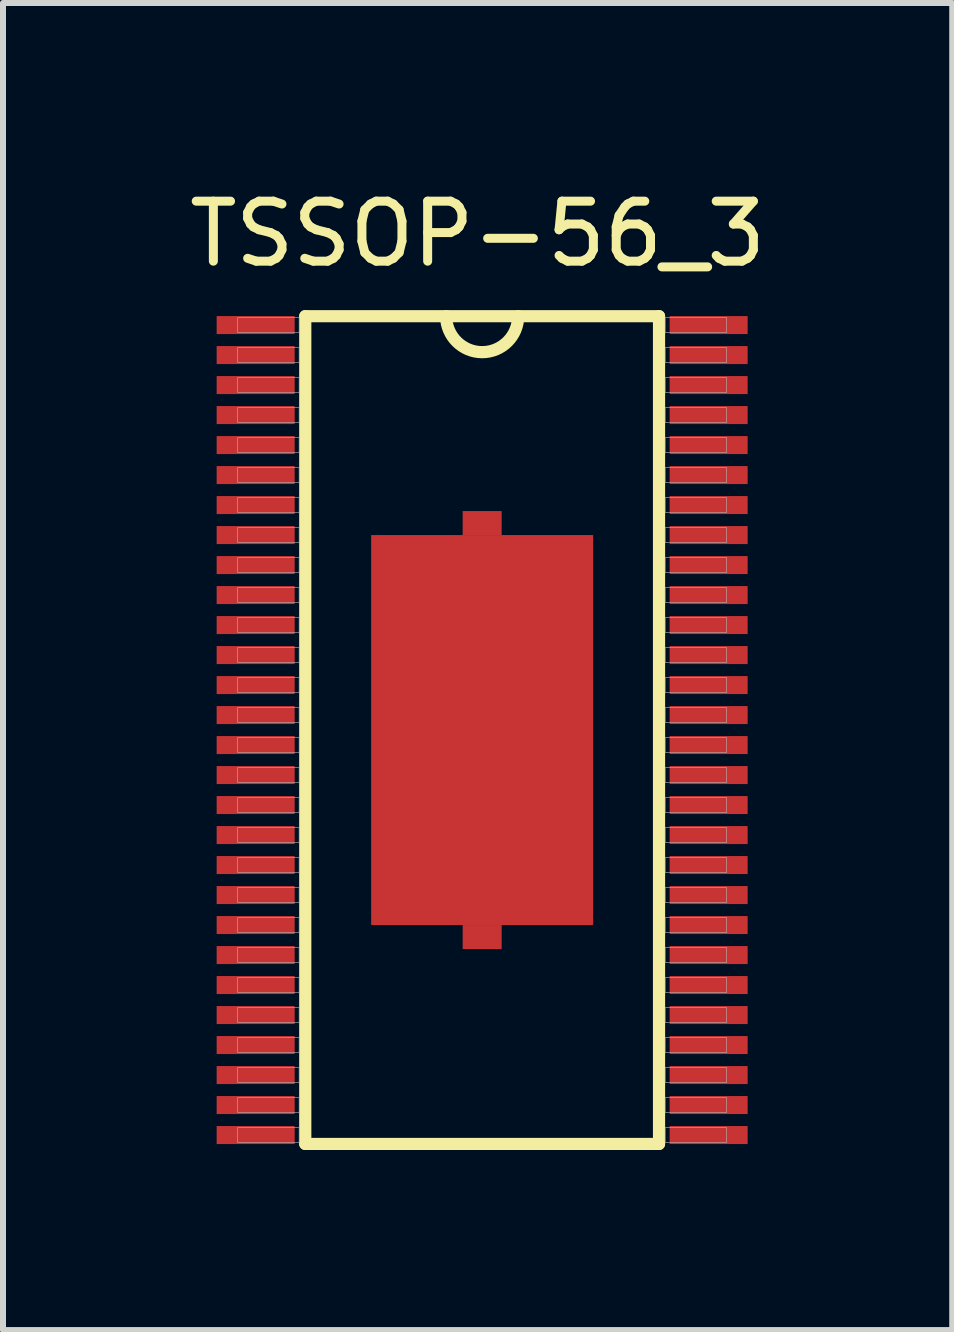
<source format=kicad_pcb>
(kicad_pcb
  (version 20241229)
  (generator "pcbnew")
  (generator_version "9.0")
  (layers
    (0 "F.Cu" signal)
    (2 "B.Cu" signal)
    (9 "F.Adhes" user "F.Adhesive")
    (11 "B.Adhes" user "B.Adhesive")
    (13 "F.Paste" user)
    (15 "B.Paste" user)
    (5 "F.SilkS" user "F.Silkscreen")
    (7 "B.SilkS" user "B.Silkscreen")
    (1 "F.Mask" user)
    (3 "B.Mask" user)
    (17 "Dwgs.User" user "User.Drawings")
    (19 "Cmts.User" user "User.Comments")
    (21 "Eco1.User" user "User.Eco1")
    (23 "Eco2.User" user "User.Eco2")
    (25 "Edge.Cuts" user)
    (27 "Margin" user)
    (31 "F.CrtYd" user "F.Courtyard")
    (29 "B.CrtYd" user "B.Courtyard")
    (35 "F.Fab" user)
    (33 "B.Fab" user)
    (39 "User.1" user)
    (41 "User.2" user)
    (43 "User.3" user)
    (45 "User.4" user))
  (footprint "TSSOP-56_3"
    (layer "F.Cu")
    (at 4.986 9.118)
    (property "Reference" "TSSOP-56_3" (at -0.075 -8.27 0) (layer "F.SilkS") (effects (font (size 1 1) (thickness 0.15))))
    (attr smd)
    (fp_line (start -2.948 -6.898) (end -2.948 6.898) (stroke (width 0.203) (type solid)) (layer "F.SilkS"))
    (fp_line (start -2.948 6.898) (end 2.948 6.898) (stroke (width 0.203) (type solid)) (layer "F.SilkS"))
    (fp_line (start 2.948 -6.898) (end -2.948 -6.898) (stroke (width 0.203) (type solid)) (layer "F.SilkS"))
    (fp_line (start 2.948 6.898) (end 2.948 -6.898) (stroke (width 0.203) (type solid)) (layer "F.SilkS"))
    (fp_arc (start 0.6 -6.8984) (mid 0 -6.2984) (end -0.6 -6.8984) (stroke (width 0.2032) (type solid)) (layer "F.SilkS"))
    (fp_poly (pts (xy -4.075 -6.875) (xy -3.05 -6.875) (xy -3.05 -6.625) (xy -4.075 -6.625)) (stroke (width 0.01) (type solid)) (fill no) (layer "F.Fab"))
    (fp_poly (pts (xy -4.075 -6.375) (xy -3.05 -6.375) (xy -3.05 -6.125) (xy -4.075 -6.125)) (stroke (width 0.01) (type solid)) (fill no) (layer "F.Fab"))
    (fp_poly (pts (xy -4.075 -5.875) (xy -3.05 -5.875) (xy -3.05 -5.625) (xy -4.075 -5.625)) (stroke (width 0.01) (type solid)) (fill no) (layer "F.Fab"))
    (fp_poly (pts (xy -4.075 -5.375) (xy -3.05 -5.375) (xy -3.05 -5.125) (xy -4.075 -5.125)) (stroke (width 0.01) (type solid)) (fill no) (layer "F.Fab"))
    (fp_poly (pts (xy -4.075 -4.875) (xy -3.05 -4.875) (xy -3.05 -4.625) (xy -4.075 -4.625)) (stroke (width 0.01) (type solid)) (fill no) (layer "F.Fab"))
    (fp_poly (pts (xy -4.075 -4.375) (xy -3.05 -4.375) (xy -3.05 -4.125) (xy -4.075 -4.125)) (stroke (width 0.01) (type solid)) (fill no) (layer "F.Fab"))
    (fp_poly (pts (xy -4.075 -3.875) (xy -3.05 -3.875) (xy -3.05 -3.625) (xy -4.075 -3.625)) (stroke (width 0.01) (type solid)) (fill no) (layer "F.Fab"))
    (fp_poly (pts (xy -4.075 -3.375) (xy -3.05 -3.375) (xy -3.05 -3.125) (xy -4.075 -3.125)) (stroke (width 0.01) (type solid)) (fill no) (layer "F.Fab"))
    (fp_poly (pts (xy -4.075 -2.875) (xy -3.05 -2.875) (xy -3.05 -2.625) (xy -4.075 -2.625)) (stroke (width 0.01) (type solid)) (fill no) (layer "F.Fab"))
    (fp_poly (pts (xy -4.075 -2.375) (xy -3.05 -2.375) (xy -3.05 -2.125) (xy -4.075 -2.125)) (stroke (width 0.01) (type solid)) (fill no) (layer "F.Fab"))
    (fp_poly (pts (xy -4.075 -1.875) (xy -3.05 -1.875) (xy -3.05 -1.625) (xy -4.075 -1.625)) (stroke (width 0.01) (type solid)) (fill no) (layer "F.Fab"))
    (fp_poly (pts (xy -4.075 -1.375) (xy -3.05 -1.375) (xy -3.05 -1.125) (xy -4.075 -1.125)) (stroke (width 0.01) (type solid)) (fill no) (layer "F.Fab"))
    (fp_poly (pts (xy -4.075 -0.875) (xy -3.05 -0.875) (xy -3.05 -0.625) (xy -4.075 -0.625)) (stroke (width 0.01) (type solid)) (fill no) (layer "F.Fab"))
    (fp_poly (pts (xy -4.075 -0.375) (xy -3.05 -0.375) (xy -3.05 -0.125) (xy -4.075 -0.125)) (stroke (width 0.01) (type solid)) (fill no) (layer "F.Fab"))
    (fp_poly (pts (xy -4.075 0.125) (xy -3.05 0.125) (xy -3.05 0.375) (xy -4.075 0.375)) (stroke (width 0.01) (type solid)) (fill no) (layer "F.Fab"))
    (fp_poly (pts (xy -4.075 0.625) (xy -3.05 0.625) (xy -3.05 0.875) (xy -4.075 0.875)) (stroke (width 0.01) (type solid)) (fill no) (layer "F.Fab"))
    (fp_poly (pts (xy -4.075 1.125) (xy -3.05 1.125) (xy -3.05 1.375) (xy -4.075 1.375)) (stroke (width 0.01) (type solid)) (fill no) (layer "F.Fab"))
    (fp_poly (pts (xy -4.075 1.625) (xy -3.05 1.625) (xy -3.05 1.875) (xy -4.075 1.875)) (stroke (width 0.01) (type solid)) (fill no) (layer "F.Fab"))
    (fp_poly (pts (xy -4.075 2.125) (xy -3.05 2.125) (xy -3.05 2.375) (xy -4.075 2.375)) (stroke (width 0.01) (type solid)) (fill no) (layer "F.Fab"))
    (fp_poly (pts (xy -4.075 2.625) (xy -3.05 2.625) (xy -3.05 2.875) (xy -4.075 2.875)) (stroke (width 0.01) (type solid)) (fill no) (layer "F.Fab"))
    (fp_poly (pts (xy -4.075 3.125) (xy -3.05 3.125) (xy -3.05 3.375) (xy -4.075 3.375)) (stroke (width 0.01) (type solid)) (fill no) (layer "F.Fab"))
    (fp_poly (pts (xy -4.075 3.625) (xy -3.05 3.625) (xy -3.05 3.875) (xy -4.075 3.875)) (stroke (width 0.01) (type solid)) (fill no) (layer "F.Fab"))
    (fp_poly (pts (xy -4.075 4.125) (xy -3.05 4.125) (xy -3.05 4.375) (xy -4.075 4.375)) (stroke (width 0.01) (type solid)) (fill no) (layer "F.Fab"))
    (fp_poly (pts (xy -4.075 4.625) (xy -3.05 4.625) (xy -3.05 4.875) (xy -4.075 4.875)) (stroke (width 0.01) (type solid)) (fill no) (layer "F.Fab"))
    (fp_poly (pts (xy -4.075 5.125) (xy -3.05 5.125) (xy -3.05 5.375) (xy -4.075 5.375)) (stroke (width 0.01) (type solid)) (fill no) (layer "F.Fab"))
    (fp_poly (pts (xy -4.075 5.625) (xy -3.05 5.625) (xy -3.05 5.875) (xy -4.075 5.875)) (stroke (width 0.01) (type solid)) (fill no) (layer "F.Fab"))
    (fp_poly (pts (xy -4.075 6.125) (xy -3.05 6.125) (xy -3.05 6.375) (xy -4.075 6.375)) (stroke (width 0.01) (type solid)) (fill no) (layer "F.Fab"))
    (fp_poly (pts (xy -4.075 6.625) (xy -3.05 6.625) (xy -3.05 6.875) (xy -4.075 6.875)) (stroke (width 0.01) (type solid)) (fill no) (layer "F.Fab"))
    (fp_poly (pts (xy 3.05 -6.875) (xy 4.075 -6.875) (xy 4.075 -6.625) (xy 3.05 -6.625)) (stroke (width 0.01) (type solid)) (fill no) (layer "F.Fab"))
    (fp_poly (pts (xy 3.05 -6.375) (xy 4.075 -6.375) (xy 4.075 -6.125) (xy 3.05 -6.125)) (stroke (width 0.01) (type solid)) (fill no) (layer "F.Fab"))
    (fp_poly (pts (xy 3.05 -5.875) (xy 4.075 -5.875) (xy 4.075 -5.625) (xy 3.05 -5.625)) (stroke (width 0.01) (type solid)) (fill no) (layer "F.Fab"))
    (fp_poly (pts (xy 3.05 -5.375) (xy 4.075 -5.375) (xy 4.075 -5.125) (xy 3.05 -5.125)) (stroke (width 0.01) (type solid)) (fill no) (layer "F.Fab"))
    (fp_poly (pts (xy 3.05 -4.875) (xy 4.075 -4.875) (xy 4.075 -4.625) (xy 3.05 -4.625)) (stroke (width 0.01) (type solid)) (fill no) (layer "F.Fab"))
    (fp_poly (pts (xy 3.05 -4.375) (xy 4.075 -4.375) (xy 4.075 -4.125) (xy 3.05 -4.125)) (stroke (width 0.01) (type solid)) (fill no) (layer "F.Fab"))
    (fp_poly (pts (xy 3.05 -3.875) (xy 4.075 -3.875) (xy 4.075 -3.625) (xy 3.05 -3.625)) (stroke (width 0.01) (type solid)) (fill no) (layer "F.Fab"))
    (fp_poly (pts (xy 3.05 -3.375) (xy 4.075 -3.375) (xy 4.075 -3.125) (xy 3.05 -3.125)) (stroke (width 0.01) (type solid)) (fill no) (layer "F.Fab"))
    (fp_poly (pts (xy 3.05 -2.875) (xy 4.075 -2.875) (xy 4.075 -2.625) (xy 3.05 -2.625)) (stroke (width 0.01) (type solid)) (fill no) (layer "F.Fab"))
    (fp_poly (pts (xy 3.05 -2.375) (xy 4.075 -2.375) (xy 4.075 -2.125) (xy 3.05 -2.125)) (stroke (width 0.01) (type solid)) (fill no) (layer "F.Fab"))
    (fp_poly (pts (xy 3.05 -1.875) (xy 4.075 -1.875) (xy 4.075 -1.625) (xy 3.05 -1.625)) (stroke (width 0.01) (type solid)) (fill no) (layer "F.Fab"))
    (fp_poly (pts (xy 3.05 -1.375) (xy 4.075 -1.375) (xy 4.075 -1.125) (xy 3.05 -1.125)) (stroke (width 0.01) (type solid)) (fill no) (layer "F.Fab"))
    (fp_poly (pts (xy 3.05 -0.875) (xy 4.075 -0.875) (xy 4.075 -0.625) (xy 3.05 -0.625)) (stroke (width 0.01) (type solid)) (fill no) (layer "F.Fab"))
    (fp_poly (pts (xy 3.05 -0.375) (xy 4.075 -0.375) (xy 4.075 -0.125) (xy 3.05 -0.125)) (stroke (width 0.01) (type solid)) (fill no) (layer "F.Fab"))
    (fp_poly (pts (xy 3.05 0.125) (xy 4.075 0.125) (xy 4.075 0.375) (xy 3.05 0.375)) (stroke (width 0.01) (type solid)) (fill no) (layer "F.Fab"))
    (fp_poly (pts (xy 3.05 0.625) (xy 4.075 0.625) (xy 4.075 0.875) (xy 3.05 0.875)) (stroke (width 0.01) (type solid)) (fill no) (layer "F.Fab"))
    (fp_poly (pts (xy 3.05 1.125) (xy 4.075 1.125) (xy 4.075 1.375) (xy 3.05 1.375)) (stroke (width 0.01) (type solid)) (fill no) (layer "F.Fab"))
    (fp_poly (pts (xy 3.05 1.625) (xy 4.075 1.625) (xy 4.075 1.875) (xy 3.05 1.875)) (stroke (width 0.01) (type solid)) (fill no) (layer "F.Fab"))
    (fp_poly (pts (xy 3.05 2.125) (xy 4.075 2.125) (xy 4.075 2.375) (xy 3.05 2.375)) (stroke (width 0.01) (type solid)) (fill no) (layer "F.Fab"))
    (fp_poly (pts (xy 3.05 2.625) (xy 4.075 2.625) (xy 4.075 2.875) (xy 3.05 2.875)) (stroke (width 0.01) (type solid)) (fill no) (layer "F.Fab"))
    (fp_poly (pts (xy 3.05 3.125) (xy 4.075 3.125) (xy 4.075 3.375) (xy 3.05 3.375)) (stroke (width 0.01) (type solid)) (fill no) (layer "F.Fab"))
    (fp_poly (pts (xy 3.05 3.625) (xy 4.075 3.625) (xy 4.075 3.875) (xy 3.05 3.875)) (stroke (width 0.01) (type solid)) (fill no) (layer "F.Fab"))
    (fp_poly (pts (xy 3.05 4.125) (xy 4.075 4.125) (xy 4.075 4.375) (xy 3.05 4.375)) (stroke (width 0.01) (type solid)) (fill no) (layer "F.Fab"))
    (fp_poly (pts (xy 3.05 4.625) (xy 4.075 4.625) (xy 4.075 4.875) (xy 3.05 4.875)) (stroke (width 0.01) (type solid)) (fill no) (layer "F.Fab"))
    (fp_poly (pts (xy 3.05 5.125) (xy 4.075 5.125) (xy 4.075 5.375) (xy 3.05 5.375)) (stroke (width 0.01) (type solid)) (fill no) (layer "F.Fab"))
    (fp_poly (pts (xy 3.05 5.625) (xy 4.075 5.625) (xy 4.075 5.875) (xy 3.05 5.875)) (stroke (width 0.01) (type solid)) (fill no) (layer "F.Fab"))
    (fp_poly (pts (xy 3.05 6.125) (xy 4.075 6.125) (xy 4.075 6.375) (xy 3.05 6.375)) (stroke (width 0.01) (type solid)) (fill no) (layer "F.Fab"))
    (fp_poly (pts (xy 3.05 6.625) (xy 4.075 6.625) (xy 4.075 6.875) (xy 3.05 6.875)) (stroke (width 0.01) (type solid)) (fill no) (layer "F.Fab"))
    (pad "1" smd rect (at -3.775 -6.75) (size 1.3 0.3) (layers "F.Cu" "F.Mask" "F.Paste"))
    (pad "2" smd rect (at -3.775 -6.25) (size 1.3 0.3) (layers "F.Cu" "F.Mask" "F.Paste"))
    (pad "3" smd rect (at -3.775 -5.75) (size 1.3 0.3) (layers "F.Cu" "F.Mask" "F.Paste"))
    (pad "4" smd rect (at -3.775 -5.25) (size 1.3 0.3) (layers "F.Cu" "F.Mask" "F.Paste"))
    (pad "5" smd rect (at -3.775 -4.75) (size 1.3 0.3) (layers "F.Cu" "F.Mask" "F.Paste"))
    (pad "6" smd rect (at -3.775 -4.25) (size 1.3 0.3) (layers "F.Cu" "F.Mask" "F.Paste"))
    (pad "7" smd rect (at -3.775 -3.75) (size 1.3 0.3) (layers "F.Cu" "F.Mask" "F.Paste"))
    (pad "8" smd rect (at -3.775 -3.25) (size 1.3 0.3) (layers "F.Cu" "F.Mask" "F.Paste"))
    (pad "9" smd rect (at -3.775 -2.75) (size 1.3 0.3) (layers "F.Cu" "F.Mask" "F.Paste"))
    (pad "10" smd rect (at -3.775 -2.25) (size 1.3 0.3) (layers "F.Cu" "F.Mask" "F.Paste"))
    (pad "11" smd rect (at -3.775 -1.75) (size 1.3 0.3) (layers "F.Cu" "F.Mask" "F.Paste"))
    (pad "12" smd rect (at -3.775 -1.25) (size 1.3 0.3) (layers "F.Cu" "F.Mask" "F.Paste"))
    (pad "13" smd rect (at -3.775 -0.75) (size 1.3 0.3) (layers "F.Cu" "F.Mask" "F.Paste"))
    (pad "14" smd rect (at -3.775 -0.25) (size 1.3 0.3) (layers "F.Cu" "F.Mask" "F.Paste"))
    (pad "15" smd rect (at -3.775 0.25) (size 1.3 0.3) (layers "F.Cu" "F.Mask" "F.Paste"))
    (pad "16" smd rect (at -3.775 0.75) (size 1.3 0.3) (layers "F.Cu" "F.Mask" "F.Paste"))
    (pad "17" smd rect (at -3.775 1.25) (size 1.3 0.3) (layers "F.Cu" "F.Mask" "F.Paste"))
    (pad "18" smd rect (at -3.775 1.75) (size 1.3 0.3) (layers "F.Cu" "F.Mask" "F.Paste"))
    (pad "19" smd rect (at -3.775 2.25) (size 1.3 0.3) (layers "F.Cu" "F.Mask" "F.Paste"))
    (pad "20" smd rect (at -3.775 2.75) (size 1.3 0.3) (layers "F.Cu" "F.Mask" "F.Paste"))
    (pad "21" smd rect (at -3.775 3.25) (size 1.3 0.3) (layers "F.Cu" "F.Mask" "F.Paste"))
    (pad "22" smd rect (at -3.775 3.75) (size 1.3 0.3) (layers "F.Cu" "F.Mask" "F.Paste"))
    (pad "23" smd rect (at -3.775 4.25) (size 1.3 0.3) (layers "F.Cu" "F.Mask" "F.Paste"))
    (pad "24" smd rect (at -3.775 4.75) (size 1.3 0.3) (layers "F.Cu" "F.Mask" "F.Paste"))
    (pad "25" smd rect (at -3.775 5.25) (size 1.3 0.3) (layers "F.Cu" "F.Mask" "F.Paste"))
    (pad "26" smd rect (at -3.775 5.75) (size 1.3 0.3) (layers "F.Cu" "F.Mask" "F.Paste"))
    (pad "27" smd rect (at -3.775 6.25) (size 1.3 0.3) (layers "F.Cu" "F.Mask" "F.Paste"))
    (pad "28" smd rect (at -3.775 6.75) (size 1.3 0.3) (layers "F.Cu" "F.Mask" "F.Paste"))
    (pad "29" smd rect (at 3.775 6.75) (size 1.3 0.3) (layers "F.Cu" "F.Mask" "F.Paste"))
    (pad "30" smd rect (at 3.775 6.25) (size 1.3 0.3) (layers "F.Cu" "F.Mask" "F.Paste"))
    (pad "31" smd rect (at 3.775 5.75) (size 1.3 0.3) (layers "F.Cu" "F.Mask" "F.Paste"))
    (pad "32" smd rect (at 3.775 5.25) (size 1.3 0.3) (layers "F.Cu" "F.Mask" "F.Paste"))
    (pad "33" smd rect (at 3.775 4.75) (size 1.3 0.3) (layers "F.Cu" "F.Mask" "F.Paste"))
    (pad "34" smd rect (at 3.775 4.25) (size 1.3 0.3) (layers "F.Cu" "F.Mask" "F.Paste"))
    (pad "35" smd rect (at 3.775 3.75) (size 1.3 0.3) (layers "F.Cu" "F.Mask" "F.Paste"))
    (pad "36" smd rect (at 3.775 3.25) (size 1.3 0.3) (layers "F.Cu" "F.Mask" "F.Paste"))
    (pad "37" smd rect (at 3.775 2.75) (size 1.3 0.3) (layers "F.Cu" "F.Mask" "F.Paste"))
    (pad "38" smd rect (at 3.775 2.25) (size 1.3 0.3) (layers "F.Cu" "F.Mask" "F.Paste"))
    (pad "39" smd rect (at 3.775 1.75) (size 1.3 0.3) (layers "F.Cu" "F.Mask" "F.Paste"))
    (pad "40" smd rect (at 3.775 1.25) (size 1.3 0.3) (layers "F.Cu" "F.Mask" "F.Paste"))
    (pad "41" smd rect (at 3.775 0.75) (size 1.3 0.3) (layers "F.Cu" "F.Mask" "F.Paste"))
    (pad "42" smd rect (at 3.775 0.25) (size 1.3 0.3) (layers "F.Cu" "F.Mask" "F.Paste"))
    (pad "43" smd rect (at 3.775 -0.25) (size 1.3 0.3) (layers "F.Cu" "F.Mask" "F.Paste"))
    (pad "44" smd rect (at 3.775 -0.75) (size 1.3 0.3) (layers "F.Cu" "F.Mask" "F.Paste"))
    (pad "45" smd rect (at 3.775 -1.25) (size 1.3 0.3) (layers "F.Cu" "F.Mask" "F.Paste"))
    (pad "46" smd rect (at 3.775 -1.75) (size 1.3 0.3) (layers "F.Cu" "F.Mask" "F.Paste"))
    (pad "47" smd rect (at 3.775 -2.25) (size 1.3 0.3) (layers "F.Cu" "F.Mask" "F.Paste"))
    (pad "48" smd rect (at 3.775 -2.75) (size 1.3 0.3) (layers "F.Cu" "F.Mask" "F.Paste"))
    (pad "49" smd rect (at 3.775 -3.25) (size 1.3 0.3) (layers "F.Cu" "F.Mask" "F.Paste"))
    (pad "50" smd rect (at 3.775 -3.75) (size 1.3 0.3) (layers "F.Cu" "F.Mask" "F.Paste"))
    (pad "51" smd rect (at 3.775 -4.25) (size 1.3 0.3) (layers "F.Cu" "F.Mask" "F.Paste"))
    (pad "52" smd rect (at 3.775 -4.75) (size 1.3 0.3) (layers "F.Cu" "F.Mask" "F.Paste"))
    (pad "53" smd rect (at 3.775 -5.25) (size 1.3 0.3) (layers "F.Cu" "F.Mask" "F.Paste"))
    (pad "54" smd rect (at 3.775 -5.75) (size 1.3 0.3) (layers "F.Cu" "F.Mask" "F.Paste"))
    (pad "55" smd rect (at 3.775 -6.25) (size 1.3 0.3) (layers "F.Cu" "F.Mask" "F.Paste"))
    (pad "56" smd rect (at 3.775 -6.75) (size 1.3 0.3) (layers "F.Cu" "F.Mask" "F.Paste"))
    (pad "57" smd rect (at 0 0 270) (size 6.5 3.7) (layers "F.Cu" "F.Mask" "F.Paste"))
    (pad "58" smd rect (at 0 -3.45 270) (size 0.4 0.65) (layers "F.Cu" "F.Mask" "F.Paste"))
    (pad "59" smd rect (at 0 3.45 270) (size 0.4 0.65) (layers "F.Cu" "F.Mask" "F.Paste")))
  (gr_rect
    (start -3 -3)
    (end 12.821 19.118)
    (stroke (width 0.1) (type default))
    (fill no)
    (layer "Edge.Cuts")))
</source>
